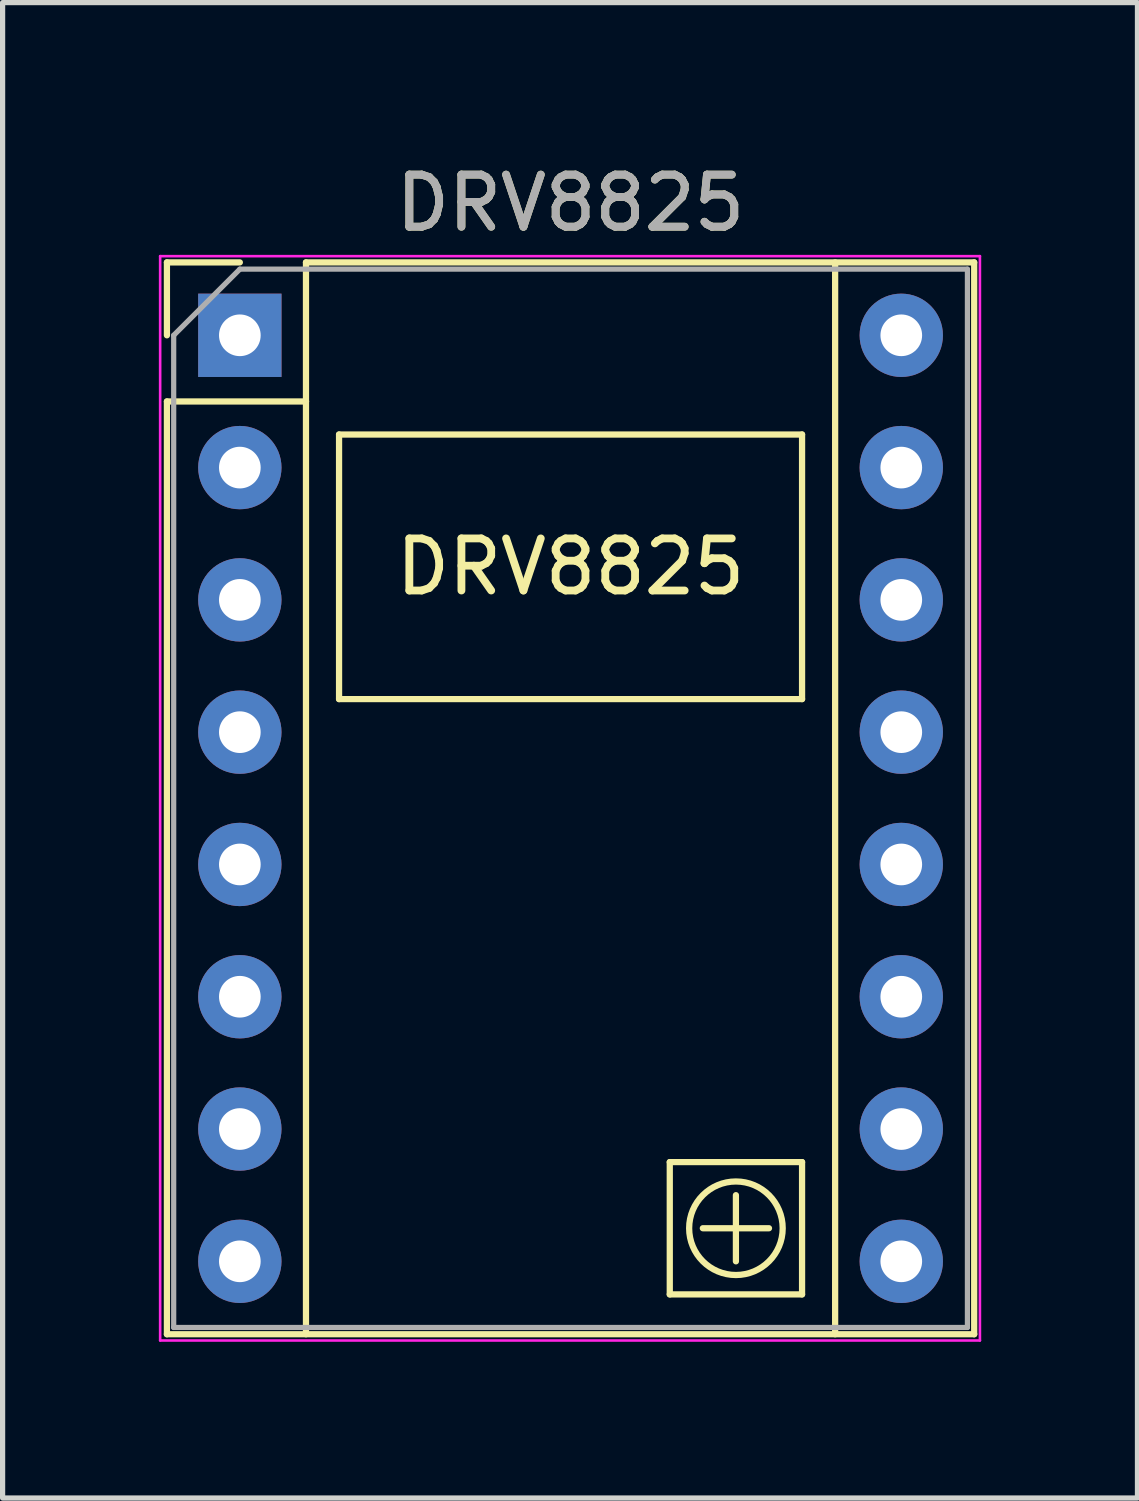
<source format=kicad_pcb>
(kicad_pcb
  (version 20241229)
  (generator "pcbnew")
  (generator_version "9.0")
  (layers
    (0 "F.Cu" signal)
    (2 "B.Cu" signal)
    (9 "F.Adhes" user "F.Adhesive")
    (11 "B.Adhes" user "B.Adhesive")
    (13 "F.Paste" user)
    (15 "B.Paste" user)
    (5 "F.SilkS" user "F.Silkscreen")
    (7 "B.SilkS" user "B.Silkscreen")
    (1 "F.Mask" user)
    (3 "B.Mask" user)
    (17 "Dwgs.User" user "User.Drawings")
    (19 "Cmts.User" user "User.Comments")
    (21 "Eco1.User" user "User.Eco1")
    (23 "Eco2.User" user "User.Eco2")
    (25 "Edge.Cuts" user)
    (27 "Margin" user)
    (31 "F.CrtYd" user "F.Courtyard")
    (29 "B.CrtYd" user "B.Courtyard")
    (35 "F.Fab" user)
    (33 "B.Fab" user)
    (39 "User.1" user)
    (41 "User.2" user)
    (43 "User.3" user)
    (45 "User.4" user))
  (footprint "DRV8825"
    (layer "F.Cu")
    (at 1.555 3.388)
    (property "Reference" "DRV8825" (at 6.35 -2.54 0) (layer "F.SilkS") (effects (font (size 1 1) (thickness 0.15))))
    (attr through_hole)
    (fp_line (start -1.4 -1.4) (end -1.4 0) (stroke (width 0.12) (type solid)) (layer "F.SilkS"))
    (fp_line (start -1.4 1.27) (end -1.4 19.18) (stroke (width 0.12) (type solid)) (layer "F.SilkS"))
    (fp_line (start -1.4 19.18) (end 14.1 19.18) (stroke (width 0.12) (type solid)) (layer "F.SilkS"))
    (fp_line (start 0 -1.4) (end -1.4 -1.4) (stroke (width 0.12) (type solid)) (layer "F.SilkS"))
    (fp_line (start 1.27 -1.4) (end 1.27 1.27) (stroke (width 0.12) (type solid)) (layer "F.SilkS"))
    (fp_line (start 1.27 1.27) (end -1.4 1.27) (stroke (width 0.12) (type solid)) (layer "F.SilkS"))
    (fp_line (start 1.27 1.27) (end 1.27 19.18) (stroke (width 0.12) (type solid)) (layer "F.SilkS"))
    (fp_line (start 1.905 1.905) (end 1.905 6.985) (stroke (width 0.12) (type solid)) (layer "F.SilkS"))
    (fp_line (start 8.255 15.875) (end 8.255 18.415) (stroke (width 0.12) (type solid)) (layer "F.SilkS"))
    (fp_line (start 8.255 18.415) (end 10.795 18.415) (stroke (width 0.12) (type solid)) (layer "F.SilkS"))
    (fp_line (start 8.89 17.145) (end 10.16 17.145) (stroke (width 0.12) (type solid)) (layer "F.SilkS"))
    (fp_line (start 9.525 17.78) (end 9.525 16.51) (stroke (width 0.12) (type solid)) (layer "F.SilkS"))
    (fp_line (start 10.795 1.905) (end 1.905 1.905) (stroke (width 0.12) (type solid)) (layer "F.SilkS"))
    (fp_line (start 10.795 1.905) (end 10.795 6.985) (stroke (width 0.12) (type solid)) (layer "F.SilkS"))
    (fp_line (start 10.795 6.985) (end 1.905 6.985) (stroke (width 0.12) (type solid)) (layer "F.SilkS"))
    (fp_line (start 10.795 15.875) (end 8.255 15.875) (stroke (width 0.12) (type solid)) (layer "F.SilkS"))
    (fp_line (start 10.795 18.415) (end 10.795 15.875) (stroke (width 0.12) (type solid)) (layer "F.SilkS"))
    (fp_line (start 11.43 -1.4) (end 11.43 19.18) (stroke (width 0.12) (type solid)) (layer "F.SilkS"))
    (fp_line (start 14.1 -1.4) (end 1.27 -1.4) (stroke (width 0.12) (type solid)) (layer "F.SilkS"))
    (fp_line (start 14.1 19.18) (end 14.1 -1.4) (stroke (width 0.12) (type solid)) (layer "F.SilkS"))
    (fp_circle (center 9.525 17.145) (end 10.16 17.78) (stroke (width 0.12) (type solid)) (fill no) (layer "F.SilkS"))
    (fp_line (start -1.53 -1.52) (end -1.53 19.3) (stroke (width 0.05) (type solid)) (layer "F.CrtYd"))
    (fp_line (start -1.53 -1.52) (end 14.21 -1.52) (stroke (width 0.05) (type solid)) (layer "F.CrtYd"))
    (fp_line (start 14.21 19.3) (end -1.53 19.3) (stroke (width 0.05) (type solid)) (layer "F.CrtYd"))
    (fp_line (start 14.21 19.3) (end 14.21 -1.52) (stroke (width 0.05) (type solid)) (layer "F.CrtYd"))
    (fp_line (start -1.27 0) (end 0 -1.27) (stroke (width 0.1) (type solid)) (layer "F.Fab"))
    (fp_line (start -1.27 19.05) (end -1.27 0) (stroke (width 0.1) (type solid)) (layer "F.Fab"))
    (fp_line (start 0 -1.27) (end 13.97 -1.27) (stroke (width 0.1) (type solid)) (layer "F.Fab"))
    (fp_line (start 13.97 -1.27) (end 13.97 19.05) (stroke (width 0.1) (type solid)) (layer "F.Fab"))
    (fp_line (start 13.97 19.05) (end -1.27 19.05) (stroke (width 0.1) (type solid)) (layer "F.Fab"))
    (fp_text user "DRV8825" (at 6.35 4.445 0) (layer "F.SilkS") (effects (font (size 1 1) (thickness 0.15))))
    (fp_text user "${REFERENCE}" (at 6.35 -2.54 0) (layer "F.Fab") (effects (font (size 1 1) (thickness 0.15))))
    (pad "1" thru_hole rect (at 0 0) (size 1.6 1.6) (drill 0.8) (layers "*.Cu" "*.Mask"))
    (pad "2" thru_hole oval (at 0 2.54) (size 1.6 1.6) (drill 0.8) (layers "*.Cu" "*.Mask"))
    (pad "3" thru_hole oval (at 0 5.08) (size 1.6 1.6) (drill 0.8) (layers "*.Cu" "*.Mask"))
    (pad "4" thru_hole oval (at 0 7.62) (size 1.6 1.6) (drill 0.8) (layers "*.Cu" "*.Mask"))
    (pad "5" thru_hole oval (at 0 10.16) (size 1.6 1.6) (drill 0.8) (layers "*.Cu" "*.Mask"))
    (pad "6" thru_hole oval (at 0 12.7) (size 1.6 1.6) (drill 0.8) (layers "*.Cu" "*.Mask"))
    (pad "7" thru_hole oval (at 0 15.24) (size 1.6 1.6) (drill 0.8) (layers "*.Cu" "*.Mask"))
    (pad "8" thru_hole oval (at 0 17.78) (size 1.6 1.6) (drill 0.8) (layers "*.Cu" "*.Mask"))
    (pad "9" thru_hole oval (at 12.7 17.78) (size 1.6 1.6) (drill 0.8) (layers "*.Cu" "*.Mask"))
    (pad "10" thru_hole oval (at 12.7 15.24) (size 1.6 1.6) (drill 0.8) (layers "*.Cu" "*.Mask"))
    (pad "11" thru_hole oval (at 12.7 12.7) (size 1.6 1.6) (drill 0.8) (layers "*.Cu" "*.Mask"))
    (pad "12" thru_hole oval (at 12.7 10.16) (size 1.6 1.6) (drill 0.8) (layers "*.Cu" "*.Mask"))
    (pad "13" thru_hole oval (at 12.7 7.62) (size 1.6 1.6) (drill 0.8) (layers "*.Cu" "*.Mask"))
    (pad "14" thru_hole oval (at 12.7 5.08) (size 1.6 1.6) (drill 0.8) (layers "*.Cu" "*.Mask"))
    (pad "15" thru_hole oval (at 12.7 2.54) (size 1.6 1.6) (drill 0.8) (layers "*.Cu" "*.Mask"))
    (pad "16" thru_hole oval (at 12.7 0) (size 1.6 1.6) (drill 0.8) (layers "*.Cu" "*.Mask")))
  (gr_rect
    (start -3 -3)
    (end 18.79 25.713)
    (stroke (width 0.1) (type default))
    (fill no)
    (layer "Edge.Cuts")))
</source>
